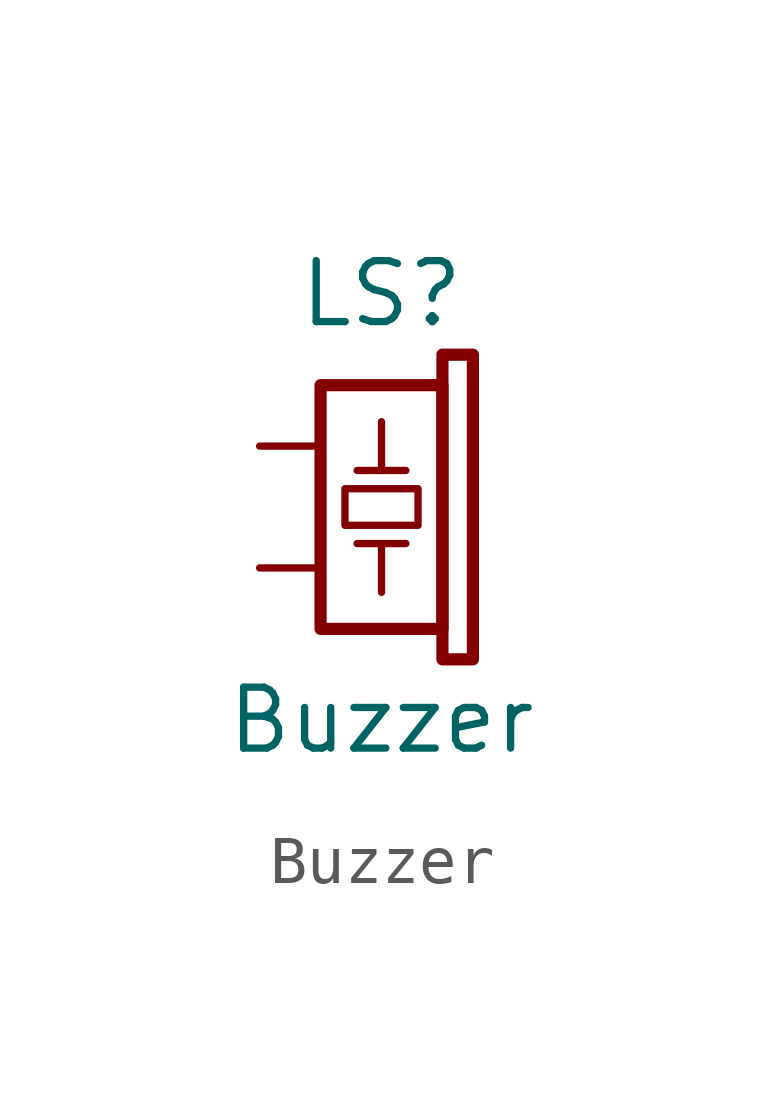
<source format=kicad_sym>
(kicad_symbol_lib
  (version 20231120)
  (generator "kicad_symbol_editor")
  (generator_version "8.0")
  (symbol "Buzzer"
    (pin_numbers hide)
    (pin_names hide)
    (property "Reference" "LS"
      (at 0 4.445 0)
      (effects (font (size 1.27 1.27))))
    (property "Value" "Buzzer"
      (at 0 -4.445 0)
      (effects (font (size 1.27 1.27))))
    (symbol "Buzzer_0_1"
      (rectangle (start -1.27 2.54) (end 1.27 -2.54) (stroke (width 0.254) (type default)) (fill (type none)))
      (rectangle (start -0.762 0.381) (end 0.762 -0.381) (stroke (width 0) (type default)) (fill (type none)))
      (polyline (pts (xy -0.508 -0.762) (xy 0.508 -0.762)) (stroke (width 0) (type default)) (fill (type none)))
      (polyline (pts (xy 0 -0.762) (xy 0 -1.778)) (stroke (width 0) (type default)) (fill (type none)))
      (polyline (pts (xy 0 0.762) (xy 0 1.778)) (stroke (width 0) (type default)) (fill (type none)))
      (polyline (pts (xy 0.508 0.762) (xy -0.508 0.762)) (stroke (width 0) (type default)) (fill (type none)))
      (rectangle (start 1.27 3.175) (end 1.905 -3.175) (stroke (width 0.254) (type default)) (fill (type none))))
    (symbol "Buzzer_1_1"
      (pin passive line (at -2.54 1.27 0) (length 1.27) (name "" (effects (font (size 1.27 1.27)))) (number "1" (effects (font (size 1.27 1.27)))))
      (pin passive line (at -2.54 -1.27 0) (length 1.27) (name "" (effects (font (size 1.27 1.27)))) (number "2" (effects (font (size 1.27 1.27))))))))
</source>
